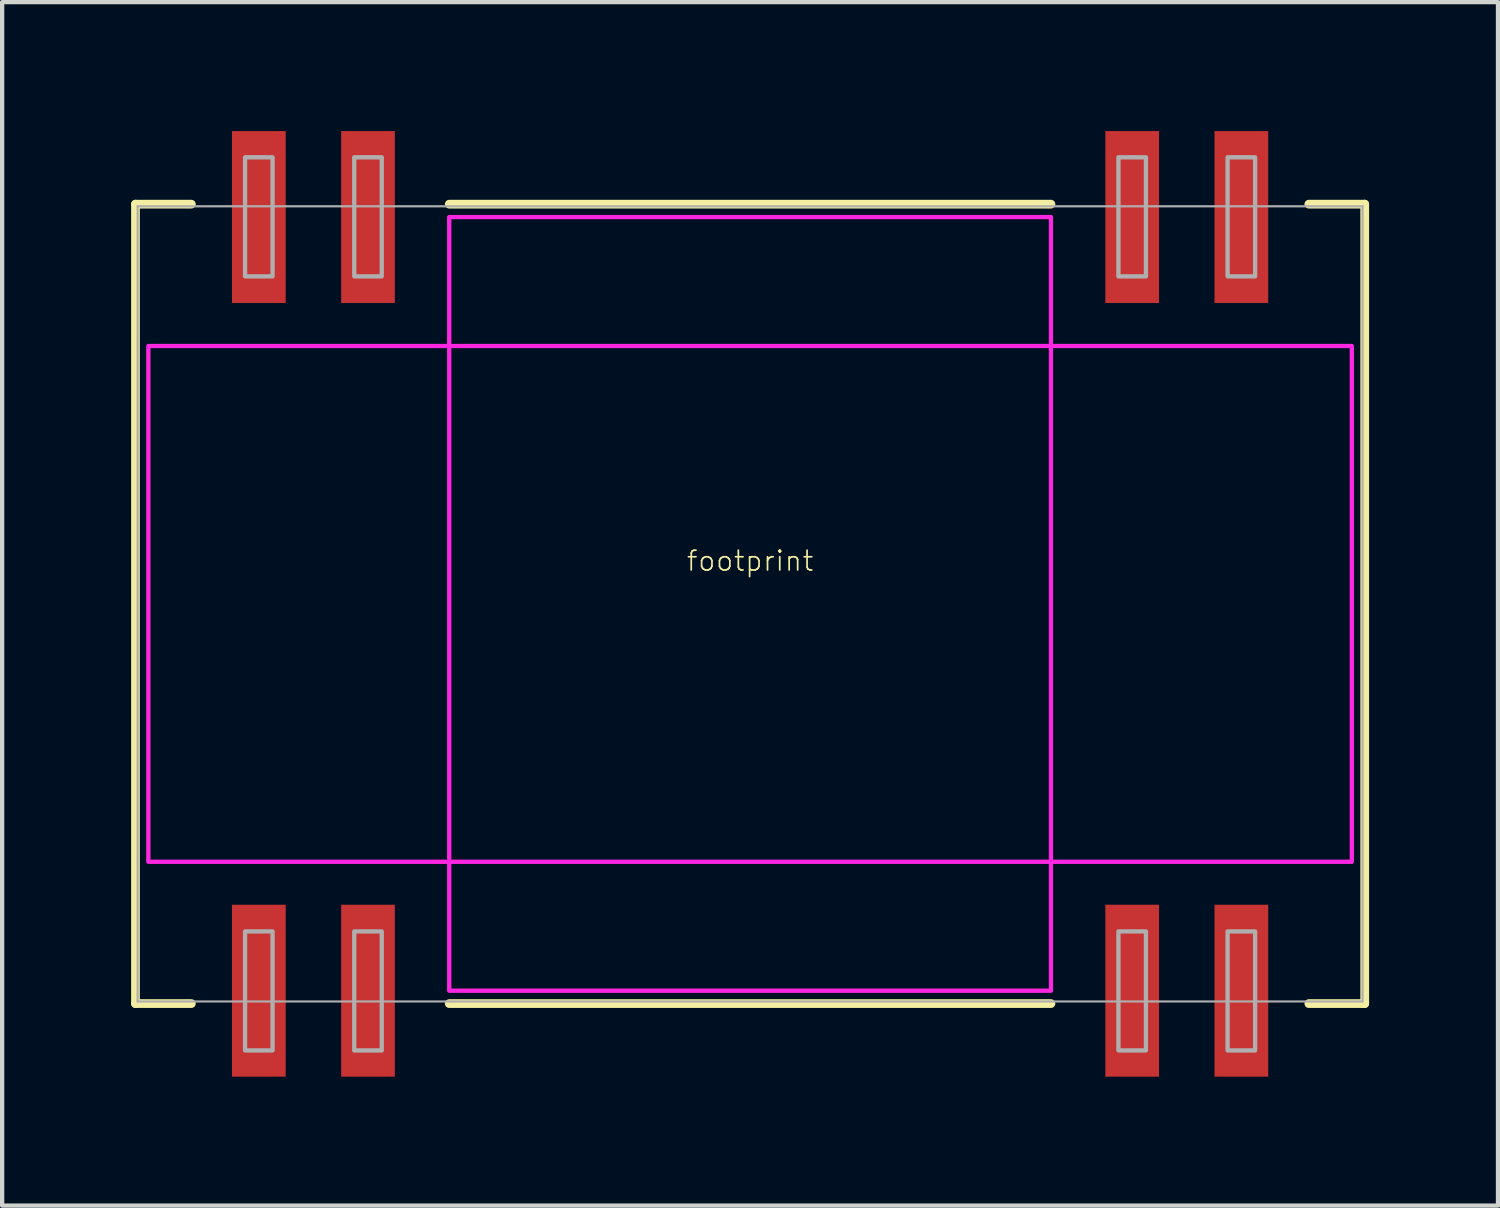
<source format=kicad_pcb>
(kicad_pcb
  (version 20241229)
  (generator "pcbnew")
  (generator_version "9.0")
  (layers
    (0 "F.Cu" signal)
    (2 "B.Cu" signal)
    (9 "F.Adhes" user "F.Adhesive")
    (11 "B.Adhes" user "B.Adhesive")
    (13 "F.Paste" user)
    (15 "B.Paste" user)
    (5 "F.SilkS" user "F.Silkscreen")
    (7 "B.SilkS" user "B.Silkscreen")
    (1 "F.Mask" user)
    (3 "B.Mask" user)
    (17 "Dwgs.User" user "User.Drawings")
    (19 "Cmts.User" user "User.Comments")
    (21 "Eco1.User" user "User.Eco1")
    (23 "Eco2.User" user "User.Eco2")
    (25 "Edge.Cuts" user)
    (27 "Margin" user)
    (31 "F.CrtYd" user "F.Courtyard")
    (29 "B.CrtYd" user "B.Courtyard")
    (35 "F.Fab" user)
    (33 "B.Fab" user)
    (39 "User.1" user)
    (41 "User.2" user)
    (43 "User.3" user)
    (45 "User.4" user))
  (footprint "footprint"
    (layer "F.Cu")
    (at 14.402 11)
    (property "Reference" "footprint" (at 0 -1 0) (layer "F.SilkS") (effects (font (size 0.46 0.46) (thickness 0.04))))
    (fp_line (start -14.3 -9.3) (end -14.3 9.3) (stroke (width 0.203) (type solid)) (layer "F.SilkS"))
    (fp_line (start -14.3 9.3) (end -13 9.3) (stroke (width 0.203) (type solid)) (layer "F.SilkS"))
    (fp_line (start -13 -9.3) (end -14.3 -9.3) (stroke (width 0.203) (type solid)) (layer "F.SilkS"))
    (fp_line (start -7 -9.3) (end 7 -9.3) (stroke (width 0.203) (type solid)) (layer "F.SilkS"))
    (fp_line (start 7 9.3) (end -7 9.3) (stroke (width 0.203) (type solid)) (layer "F.SilkS"))
    (fp_line (start 13 -9.3) (end 14.3 -9.3) (stroke (width 0.203) (type solid)) (layer "F.SilkS"))
    (fp_line (start 14.3 -9.3) (end 14.3 9.3) (stroke (width 0.203) (type solid)) (layer "F.SilkS"))
    (fp_line (start 14.3 9.3) (end 13 9.3) (stroke (width 0.203) (type solid)) (layer "F.SilkS"))
    (fp_poly (pts (xy -14 6) (xy 14 6) (xy 14 -6) (xy -14 -6)) (stroke (width 0.1) (type solid)) (fill no) (layer "F.CrtYd"))
    (fp_poly (pts (xy -7 9) (xy 7 9) (xy 7 -9) (xy -7 -9)) (stroke (width 0.1) (type solid)) (fill no) (layer "F.CrtYd"))
    (fp_line (start -14.25 -9.25) (end 14.25 -9.25) (stroke (width 0.05) (type solid)) (layer "F.Fab"))
    (fp_line (start -14.25 9.25) (end -14.25 -9.25) (stroke (width 0.05) (type solid)) (layer "F.Fab"))
    (fp_line (start 14.25 -9.25) (end 14.25 9.25) (stroke (width 0.05) (type solid)) (layer "F.Fab"))
    (fp_line (start 14.25 9.25) (end -14.25 9.25) (stroke (width 0.05) (type solid)) (layer "F.Fab"))
    (fp_poly (pts (xy -11.75 -7.62) (xy -11.11 -7.62) (xy -11.11 -10.39) (xy -11.75 -10.39)) (stroke (width 0.1) (type solid)) (fill no) (layer "F.Fab"))
    (fp_poly (pts (xy -11.11 7.62) (xy -11.75 7.62) (xy -11.75 10.39) (xy -11.11 10.39)) (stroke (width 0.1) (type solid)) (fill no) (layer "F.Fab"))
    (fp_poly (pts (xy -9.21 -7.62) (xy -8.57 -7.62) (xy -8.57 -10.39) (xy -9.21 -10.39)) (stroke (width 0.1) (type solid)) (fill no) (layer "F.Fab"))
    (fp_poly (pts (xy -8.57 7.62) (xy -9.21 7.62) (xy -9.21 10.39) (xy -8.57 10.39)) (stroke (width 0.1) (type solid)) (fill no) (layer "F.Fab"))
    (fp_poly (pts (xy 8.57 -7.62) (xy 9.21 -7.62) (xy 9.21 -10.39) (xy 8.57 -10.39)) (stroke (width 0.1) (type solid)) (fill no) (layer "F.Fab"))
    (fp_poly (pts (xy 9.21 7.62) (xy 8.57 7.62) (xy 8.57 10.39) (xy 9.21 10.39)) (stroke (width 0.1) (type solid)) (fill no) (layer "F.Fab"))
    (fp_poly (pts (xy 11.11 -7.62) (xy 11.75 -7.62) (xy 11.75 -10.39) (xy 11.11 -10.39)) (stroke (width 0.1) (type solid)) (fill no) (layer "F.Fab"))
    (fp_poly (pts (xy 11.75 7.62) (xy 11.11 7.62) (xy 11.11 10.39) (xy 11.75 10.39)) (stroke (width 0.1) (type solid)) (fill no) (layer "F.Fab"))
    (pad "1" smd rect (at -11.43 9) (size 1.25 4) (layers "F.Cu" "F.Mask" "F.Paste"))
    (pad "2" smd rect (at -8.89 9) (size 1.25 4) (layers "F.Cu" "F.Mask" "F.Paste"))
    (pad "3" smd rect (at 8.89 9) (size 1.25 4) (layers "F.Cu" "F.Mask" "F.Paste"))
    (pad "4" smd rect (at 11.43 9) (size 1.25 4) (layers "F.Cu" "F.Mask" "F.Paste"))
    (pad "5" smd rect (at 11.43 -9 180) (size 1.25 4) (layers "F.Cu" "F.Mask" "F.Paste"))
    (pad "6" smd rect (at 8.89 -9 180) (size 1.25 4) (layers "F.Cu" "F.Mask" "F.Paste"))
    (pad "7" smd rect (at -8.89 -9 180) (size 1.25 4) (layers "F.Cu" "F.Mask" "F.Paste"))
    (pad "8" smd rect (at -11.43 -9 180) (size 1.25 4) (layers "F.Cu" "F.Mask" "F.Paste")))
  (gr_rect
    (start -3 -3)
    (end 31.803 25)
    (stroke (width 0.1) (type default))
    (fill no)
    (layer "Edge.Cuts")))
</source>
